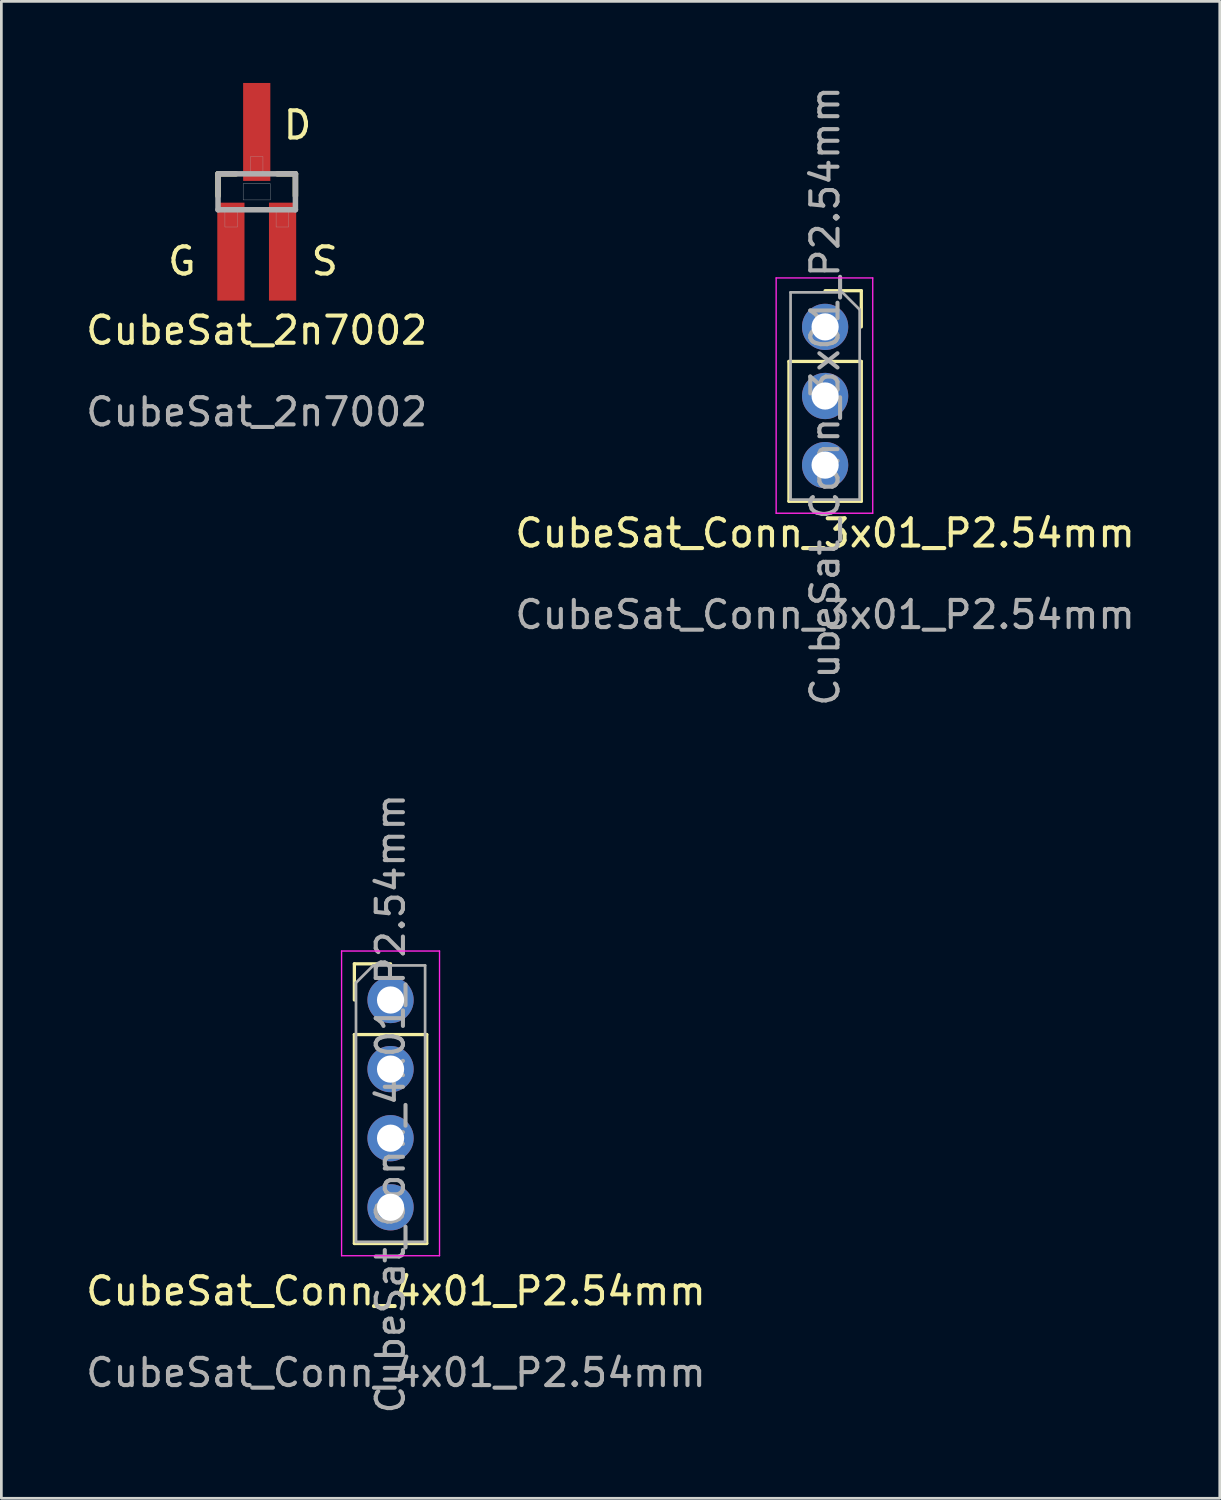
<source format=kicad_pcb>
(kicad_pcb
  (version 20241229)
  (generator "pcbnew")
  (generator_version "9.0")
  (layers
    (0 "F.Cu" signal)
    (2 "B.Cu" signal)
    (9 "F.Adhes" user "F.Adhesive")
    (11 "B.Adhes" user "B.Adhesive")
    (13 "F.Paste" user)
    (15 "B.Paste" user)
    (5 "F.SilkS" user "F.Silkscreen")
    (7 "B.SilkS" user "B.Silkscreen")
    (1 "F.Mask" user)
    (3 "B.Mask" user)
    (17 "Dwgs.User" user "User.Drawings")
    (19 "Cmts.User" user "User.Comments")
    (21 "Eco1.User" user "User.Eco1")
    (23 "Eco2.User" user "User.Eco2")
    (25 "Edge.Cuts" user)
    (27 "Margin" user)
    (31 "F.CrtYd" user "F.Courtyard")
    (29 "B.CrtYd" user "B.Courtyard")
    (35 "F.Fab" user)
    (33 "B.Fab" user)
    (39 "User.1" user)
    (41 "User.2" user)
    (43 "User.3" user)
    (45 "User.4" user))
  (footprint "CubeSat_Conn_3x01_P2.54mm"
    (layer "F.Cu")
    (at 27.28 12.046)
    (property "Reference" "CubeSat_Conn_3x01_P2.54mm" (at 0 4.5 0) (unlocked yes) (layer "F.SilkS") (effects (font (size 1 1) (thickness 0.15))))
    (attr smd)
    (fp_line (start -1.33 -1.81) (end -1.33 3.33) (stroke (width 0.12) (type solid)) (layer "F.SilkS"))
    (fp_line (start -1.33 -1.81) (end 1.33 -1.81) (stroke (width 0.12) (type solid)) (layer "F.SilkS"))
    (fp_line (start -1.33 3.33) (end 1.33 3.33) (stroke (width 0.12) (type solid)) (layer "F.SilkS"))
    (fp_line (start 0 -4.41) (end 1.33 -4.41) (stroke (width 0.12) (type solid)) (layer "F.SilkS"))
    (fp_line (start 1.33 -4.41) (end 1.33 -3.08) (stroke (width 0.12) (type solid)) (layer "F.SilkS"))
    (fp_line (start 1.33 -1.81) (end 1.33 3.33) (stroke (width 0.12) (type solid)) (layer "F.SilkS"))
    (fp_line (start -1.8 -4.88) (end 1.75 -4.88) (stroke (width 0.05) (type solid)) (layer "F.CrtYd"))
    (fp_line (start -1.8 3.77) (end -1.8 -4.88) (stroke (width 0.05) (type solid)) (layer "F.CrtYd"))
    (fp_line (start 1.75 -4.88) (end 1.75 3.77) (stroke (width 0.05) (type solid)) (layer "F.CrtYd"))
    (fp_line (start 1.75 3.77) (end -1.8 3.77) (stroke (width 0.05) (type solid)) (layer "F.CrtYd"))
    (fp_line (start -1.27 -4.35) (end 0.635 -4.35) (stroke (width 0.1) (type solid)) (layer "F.Fab"))
    (fp_line (start -1.27 3.27) (end -1.27 -4.35) (stroke (width 0.1) (type solid)) (layer "F.Fab"))
    (fp_line (start 0.635 -4.35) (end 1.27 -3.715) (stroke (width 0.1) (type solid)) (layer "F.Fab"))
    (fp_line (start 1.27 -3.715) (end 1.27 3.27) (stroke (width 0.1) (type solid)) (layer "F.Fab"))
    (fp_line (start 1.27 3.27) (end -1.27 3.27) (stroke (width 0.1) (type solid)) (layer "F.Fab"))
    (fp_text user "${REFERENCE}" (at 0 7.5 0) (unlocked yes) (layer "F.Fab") (effects (font (size 1 1) (thickness 0.15))))
    (fp_text user "${REFERENCE}" (at 0 -0.54 90) (layer "F.Fab") (effects (font (size 1 1) (thickness 0.15))))
    (pad "1" thru_hole circle (at 0 -3.08) (size 1.7 1.7) (drill 1) (layers "*.Cu" "*.Mask"))
    (pad "2" thru_hole oval (at 0 -0.54) (size 1.7 1.7) (drill 1) (layers "*.Cu" "*.Mask"))
    (pad "3" thru_hole oval (at 0 2) (size 1.7 1.7) (drill 1) (layers "*.Cu" "*.Mask")))
  (footprint "CubeSat_Conn_4x01_P2.54mm"
    (layer "F.Cu")
    (at 11.506 37.818)
    (property "Reference" "CubeSat_Conn_4x01_P2.54mm" (at 0 6.59 0) (unlocked yes) (layer "F.SilkS") (effects (font (size 1 1) (thickness 0.15))))
    (attr smd)
    (fp_line (start -1.53 -5.44) (end -0.2 -5.44) (stroke (width 0.12) (type solid)) (layer "F.SilkS"))
    (fp_line (start -1.53 -4.11) (end -1.53 -5.44) (stroke (width 0.12) (type solid)) (layer "F.SilkS"))
    (fp_line (start -1.53 -2.84) (end -1.53 4.84) (stroke (width 0.12) (type solid)) (layer "F.SilkS"))
    (fp_line (start -1.53 -2.84) (end 1.13 -2.84) (stroke (width 0.12) (type solid)) (layer "F.SilkS"))
    (fp_line (start -1.53 4.84) (end 1.13 4.84) (stroke (width 0.12) (type solid)) (layer "F.SilkS"))
    (fp_line (start 1.13 -2.84) (end 1.13 4.84) (stroke (width 0.12) (type solid)) (layer "F.SilkS"))
    (fp_line (start -2 -5.91) (end -2 5.29) (stroke (width 0.05) (type solid)) (layer "F.CrtYd"))
    (fp_line (start -2 5.29) (end 1.6 5.29) (stroke (width 0.05) (type solid)) (layer "F.CrtYd"))
    (fp_line (start 1.6 -5.91) (end -2 -5.91) (stroke (width 0.05) (type solid)) (layer "F.CrtYd"))
    (fp_line (start 1.6 5.29) (end 1.6 -5.91) (stroke (width 0.05) (type solid)) (layer "F.CrtYd"))
    (fp_line (start -1.47 -4.745) (end -0.835 -5.38) (stroke (width 0.1) (type solid)) (layer "F.Fab"))
    (fp_line (start -1.47 4.78) (end -1.47 -4.745) (stroke (width 0.1) (type solid)) (layer "F.Fab"))
    (fp_line (start -0.835 -5.38) (end 1.07 -5.38) (stroke (width 0.1) (type solid)) (layer "F.Fab"))
    (fp_line (start 1.07 -5.38) (end 1.07 4.78) (stroke (width 0.1) (type solid)) (layer "F.Fab"))
    (fp_line (start 1.07 4.78) (end -1.47 4.78) (stroke (width 0.1) (type solid)) (layer "F.Fab"))
    (fp_text user "${REFERENCE}" (at -0.2 -0.3 90) (layer "F.Fab") (effects (font (size 1 1) (thickness 0.15))))
    (fp_text user "${REFERENCE}" (at 0 9.59 0) (unlocked yes) (layer "F.Fab") (effects (font (size 1 1) (thickness 0.15))))
    (pad "1" thru_hole circle (at -0.2 -4.11) (size 1.7 1.7) (drill 1) (layers "*.Cu" "*.Mask"))
    (pad "2" thru_hole oval (at -0.2 -1.57) (size 1.7 1.7) (drill 1) (layers "*.Cu" "*.Mask"))
    (pad "3" thru_hole oval (at -0.2 0.97) (size 1.7 1.7) (drill 1) (layers "*.Cu" "*.Mask"))
    (pad "4" thru_hole oval (at -0.2 3.51) (size 1.7 1.7) (drill 1) (layers "*.Cu" "*.Mask")))
  (footprint "CubeSat_2n7002"
    (layer "F.Cu")
    (at 6.387 4.05)
    (property "Reference" "CubeSat_2n7002" (at 0 5.044 0) (unlocked yes) (layer "F.SilkS") (effects (font (size 1 1) (thickness 0.15))))
    (attr smd)
    (fp_line (start -1.423 -0.71) (end -0.764 -0.71) (stroke (width 0.203) (type solid)) (layer "F.SilkS"))
    (fp_line (start -1.423 0.102) (end -1.423 -0.71) (stroke (width 0.203) (type solid)) (layer "F.SilkS"))
    (fp_line (start 0.763 -0.71) (end 1.422 -0.71) (stroke (width 0.203) (type solid)) (layer "F.SilkS"))
    (fp_line (start 1.422 -0.71) (end 1.422 0.102) (stroke (width 0.203) (type solid)) (layer "F.SilkS"))
    (fp_poly (pts (xy -0.5 -0.35) (xy 0.5 -0.35) (xy 0.5 0.25) (xy -0.5 0.25)) (stroke (width 0.01) (type solid)) (fill no) (layer "Dwgs.User"))
    (fp_line (start -1.423 -0.71) (end 1.422 -0.71) (stroke (width 0.203) (type solid)) (layer "F.Fab"))
    (fp_line (start -1.423 0.61) (end -1.423 -0.71) (stroke (width 0.203) (type solid)) (layer "F.Fab"))
    (fp_line (start 1.422 -0.71) (end 1.422 0.61) (stroke (width 0.203) (type solid)) (layer "F.Fab"))
    (fp_line (start 1.422 0.61) (end -1.423 0.61) (stroke (width 0.203) (type solid)) (layer "F.Fab"))
    (fp_poly (pts (xy -1.169 0.661) (xy -0.711 0.661) (xy -0.711 1.245) (xy -1.169 1.245)) (stroke (width 0.01) (type solid)) (fill no) (layer "F.Fab"))
    (fp_poly (pts (xy -0.229 -1.345) (xy 0.229 -1.345) (xy 0.229 -0.761) (xy -0.229 -0.761)) (stroke (width 0.01) (type solid)) (fill no) (layer "F.Fab"))
    (fp_poly (pts (xy 0.711 0.661) (xy 1.168 0.661) (xy 1.168 1.245) (xy 0.711 1.245)) (stroke (width 0.01) (type solid)) (fill no) (layer "F.Fab"))
    (fp_text user "S" (at 2.5 2.5 0) (unlocked yes) (layer "F.SilkS") (effects (font (size 1 1) (thickness 0.15))))
    (fp_text user "D" (at 1.5 -2.5 0) (unlocked yes) (layer "F.SilkS") (effects (font (size 1 1) (thickness 0.15))))
    (fp_text user "G" (at -2.75 2.5 0) (unlocked yes) (layer "F.SilkS") (effects (font (size 1 1) (thickness 0.15))))
    (fp_text user "${REFERENCE}" (at 0 8.044 0) (unlocked yes) (layer "F.Fab") (effects (font (size 1 1) (thickness 0.15))))
    (pad "1" smd rect (at -0.95 2.15) (size 1 3.6) (layers "F.Cu" "F.Mask" "F.Paste"))
    (pad "2" smd rect (at 0.95 2.15) (size 1 3.6) (layers "F.Cu" "F.Mask" "F.Paste"))
    (pad "3" smd rect (at -0.0001 -2.25) (size 1 3.6) (layers "F.Cu" "F.Mask" "F.Paste")))
  (gr_rect
    (start -3 -3)
    (end 41.786 52.024)
    (stroke (width 0.1) (type default))
    (fill no)
    (layer "Edge.Cuts")))
</source>
